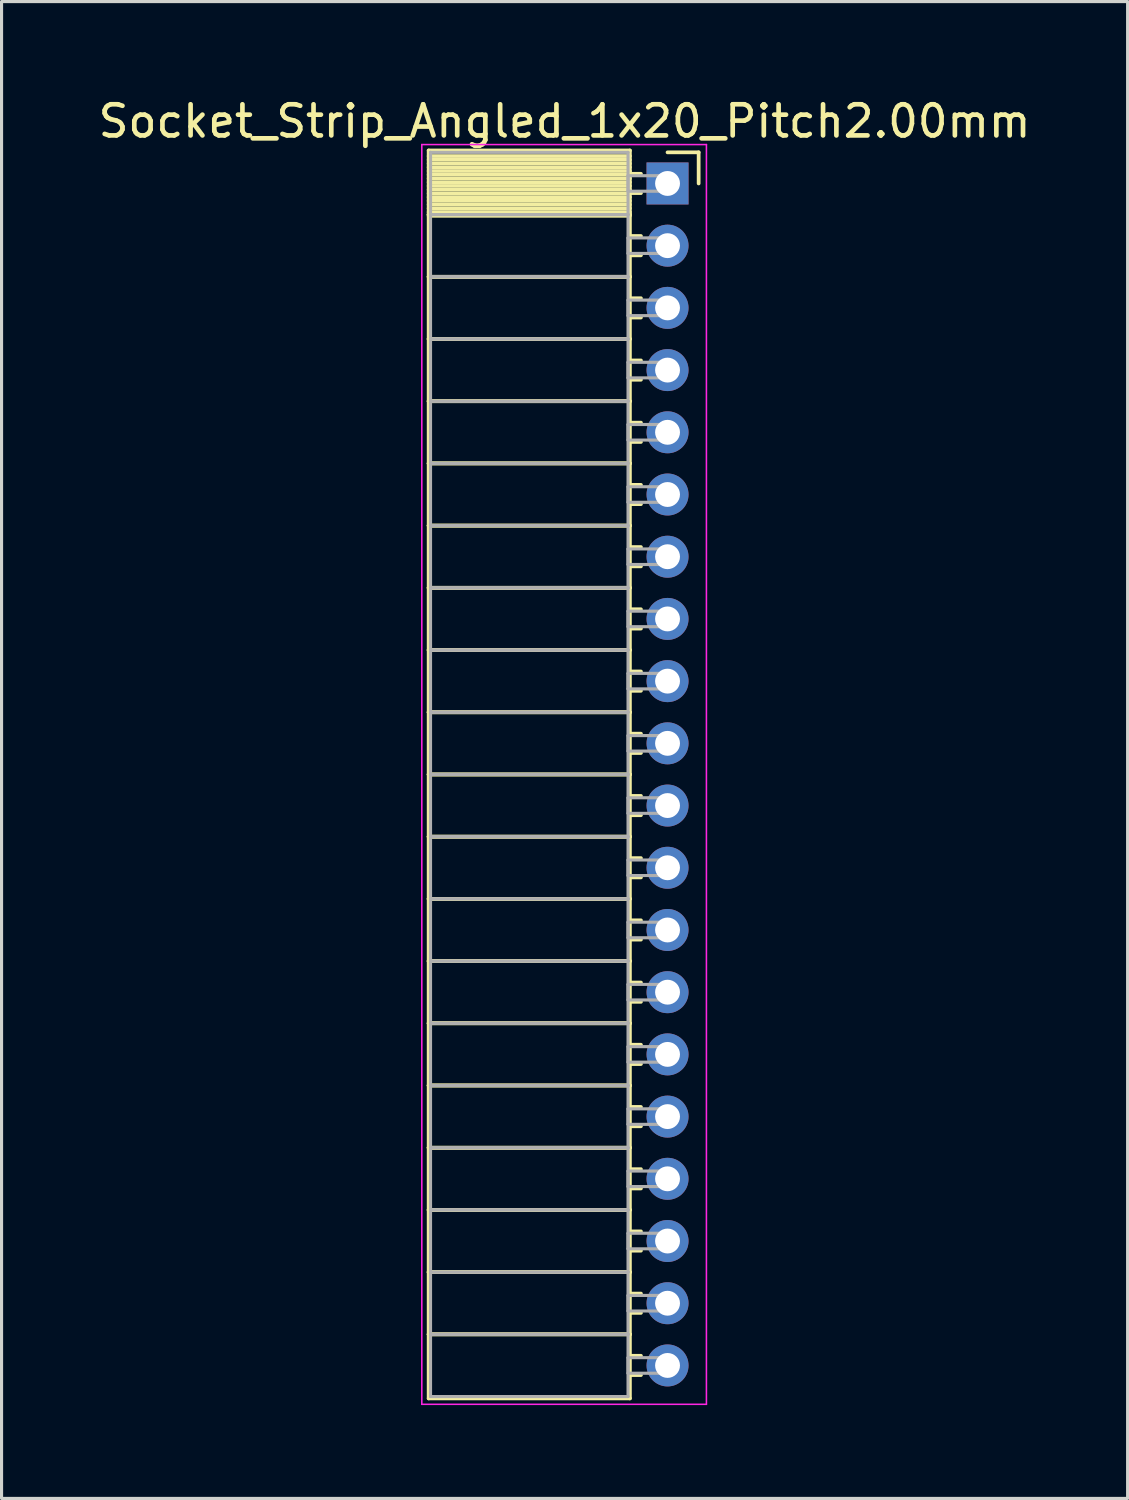
<source format=kicad_pcb>
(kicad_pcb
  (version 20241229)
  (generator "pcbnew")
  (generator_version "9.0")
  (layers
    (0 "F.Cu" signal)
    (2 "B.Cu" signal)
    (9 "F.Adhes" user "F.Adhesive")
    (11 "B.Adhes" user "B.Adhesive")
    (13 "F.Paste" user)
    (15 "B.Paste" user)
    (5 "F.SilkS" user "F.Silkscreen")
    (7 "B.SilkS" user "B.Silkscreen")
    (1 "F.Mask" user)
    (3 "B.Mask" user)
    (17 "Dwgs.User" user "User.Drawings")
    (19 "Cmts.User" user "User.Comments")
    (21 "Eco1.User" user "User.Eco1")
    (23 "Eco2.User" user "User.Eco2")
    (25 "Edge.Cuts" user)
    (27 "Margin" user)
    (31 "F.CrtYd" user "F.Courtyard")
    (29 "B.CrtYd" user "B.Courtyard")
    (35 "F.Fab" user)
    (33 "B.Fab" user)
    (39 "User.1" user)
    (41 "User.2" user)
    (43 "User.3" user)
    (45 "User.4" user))
  (footprint "Socket_Strip_Angled_1x20_Pitch2.00mm"
    (layer "F.Cu")
    (at 18.411 2.848)
    (property "Reference" "Socket_Strip_Angled_1x20_Pitch2.00mm" (at -3.31 -2 0) (layer "F.SilkS") (effects (font (size 1 1) (thickness 0.15))))
    (attr through_hole)
    (fp_line (start -7.68 -1.06) (end -1.21 -1.06) (stroke (width 0.12) (type solid)) (layer "F.SilkS"))
    (fp_line (start -7.68 1) (end -7.68 -1.06) (stroke (width 0.12) (type solid)) (layer "F.SilkS"))
    (fp_line (start -7.68 1) (end -1.21 1) (stroke (width 0.12) (type solid)) (layer "F.SilkS"))
    (fp_line (start -7.68 3) (end -7.68 1) (stroke (width 0.12) (type solid)) (layer "F.SilkS"))
    (fp_line (start -7.68 3) (end -1.21 3) (stroke (width 0.12) (type solid)) (layer "F.SilkS"))
    (fp_line (start -7.68 5) (end -7.68 3) (stroke (width 0.12) (type solid)) (layer "F.SilkS"))
    (fp_line (start -7.68 5) (end -1.21 5) (stroke (width 0.12) (type solid)) (layer "F.SilkS"))
    (fp_line (start -7.68 7) (end -7.68 5) (stroke (width 0.12) (type solid)) (layer "F.SilkS"))
    (fp_line (start -7.68 7) (end -1.21 7) (stroke (width 0.12) (type solid)) (layer "F.SilkS"))
    (fp_line (start -7.68 9) (end -7.68 7) (stroke (width 0.12) (type solid)) (layer "F.SilkS"))
    (fp_line (start -7.68 9) (end -1.21 9) (stroke (width 0.12) (type solid)) (layer "F.SilkS"))
    (fp_line (start -7.68 11) (end -7.68 9) (stroke (width 0.12) (type solid)) (layer "F.SilkS"))
    (fp_line (start -7.68 11) (end -1.21 11) (stroke (width 0.12) (type solid)) (layer "F.SilkS"))
    (fp_line (start -7.68 13) (end -7.68 11) (stroke (width 0.12) (type solid)) (layer "F.SilkS"))
    (fp_line (start -7.68 13) (end -1.21 13) (stroke (width 0.12) (type solid)) (layer "F.SilkS"))
    (fp_line (start -7.68 15) (end -7.68 13) (stroke (width 0.12) (type solid)) (layer "F.SilkS"))
    (fp_line (start -7.68 15) (end -1.21 15) (stroke (width 0.12) (type solid)) (layer "F.SilkS"))
    (fp_line (start -7.68 17) (end -7.68 15) (stroke (width 0.12) (type solid)) (layer "F.SilkS"))
    (fp_line (start -7.68 17) (end -1.21 17) (stroke (width 0.12) (type solid)) (layer "F.SilkS"))
    (fp_line (start -7.68 19) (end -7.68 17) (stroke (width 0.12) (type solid)) (layer "F.SilkS"))
    (fp_line (start -7.68 19) (end -1.21 19) (stroke (width 0.12) (type solid)) (layer "F.SilkS"))
    (fp_line (start -7.68 21) (end -7.68 19) (stroke (width 0.12) (type solid)) (layer "F.SilkS"))
    (fp_line (start -7.68 21) (end -1.21 21) (stroke (width 0.12) (type solid)) (layer "F.SilkS"))
    (fp_line (start -7.68 23) (end -7.68 21) (stroke (width 0.12) (type solid)) (layer "F.SilkS"))
    (fp_line (start -7.68 23) (end -1.21 23) (stroke (width 0.12) (type solid)) (layer "F.SilkS"))
    (fp_line (start -7.68 25) (end -7.68 23) (stroke (width 0.12) (type solid)) (layer "F.SilkS"))
    (fp_line (start -7.68 25) (end -1.21 25) (stroke (width 0.12) (type solid)) (layer "F.SilkS"))
    (fp_line (start -7.68 27) (end -7.68 25) (stroke (width 0.12) (type solid)) (layer "F.SilkS"))
    (fp_line (start -7.68 27) (end -1.21 27) (stroke (width 0.12) (type solid)) (layer "F.SilkS"))
    (fp_line (start -7.68 29) (end -7.68 27) (stroke (width 0.12) (type solid)) (layer "F.SilkS"))
    (fp_line (start -7.68 29) (end -1.21 29) (stroke (width 0.12) (type solid)) (layer "F.SilkS"))
    (fp_line (start -7.68 31) (end -7.68 29) (stroke (width 0.12) (type solid)) (layer "F.SilkS"))
    (fp_line (start -7.68 31) (end -1.21 31) (stroke (width 0.12) (type solid)) (layer "F.SilkS"))
    (fp_line (start -7.68 33) (end -7.68 31) (stroke (width 0.12) (type solid)) (layer "F.SilkS"))
    (fp_line (start -7.68 33) (end -1.21 33) (stroke (width 0.12) (type solid)) (layer "F.SilkS"))
    (fp_line (start -7.68 35) (end -7.68 33) (stroke (width 0.12) (type solid)) (layer "F.SilkS"))
    (fp_line (start -7.68 35) (end -1.21 35) (stroke (width 0.12) (type solid)) (layer "F.SilkS"))
    (fp_line (start -7.68 37) (end -7.68 35) (stroke (width 0.12) (type solid)) (layer "F.SilkS"))
    (fp_line (start -7.68 37) (end -1.21 37) (stroke (width 0.12) (type solid)) (layer "F.SilkS"))
    (fp_line (start -7.68 39.06) (end -7.68 37) (stroke (width 0.12) (type solid)) (layer "F.SilkS"))
    (fp_line (start -1.21 -1.06) (end -1.21 1) (stroke (width 0.12) (type solid)) (layer "F.SilkS"))
    (fp_line (start -1.21 -0.88) (end -7.68 -0.88) (stroke (width 0.12) (type solid)) (layer "F.SilkS"))
    (fp_line (start -1.21 -0.76) (end -7.68 -0.76) (stroke (width 0.12) (type solid)) (layer "F.SilkS"))
    (fp_line (start -1.21 -0.64) (end -7.68 -0.64) (stroke (width 0.12) (type solid)) (layer "F.SilkS"))
    (fp_line (start -1.21 -0.52) (end -7.68 -0.52) (stroke (width 0.12) (type solid)) (layer "F.SilkS"))
    (fp_line (start -1.21 -0.4) (end -7.68 -0.4) (stroke (width 0.12) (type solid)) (layer "F.SilkS"))
    (fp_line (start -1.21 -0.28) (end -7.68 -0.28) (stroke (width 0.12) (type solid)) (layer "F.SilkS"))
    (fp_line (start -1.21 -0.16) (end -7.68 -0.16) (stroke (width 0.12) (type solid)) (layer "F.SilkS"))
    (fp_line (start -1.21 -0.04) (end -7.68 -0.04) (stroke (width 0.12) (type solid)) (layer "F.SilkS"))
    (fp_line (start -1.21 0.08) (end -7.68 0.08) (stroke (width 0.12) (type solid)) (layer "F.SilkS"))
    (fp_line (start -1.21 0.2) (end -7.68 0.2) (stroke (width 0.12) (type solid)) (layer "F.SilkS"))
    (fp_line (start -1.21 0.32) (end -7.68 0.32) (stroke (width 0.12) (type solid)) (layer "F.SilkS"))
    (fp_line (start -1.21 0.44) (end -7.68 0.44) (stroke (width 0.12) (type solid)) (layer "F.SilkS"))
    (fp_line (start -1.21 0.56) (end -7.68 0.56) (stroke (width 0.12) (type solid)) (layer "F.SilkS"))
    (fp_line (start -1.21 0.68) (end -7.68 0.68) (stroke (width 0.12) (type solid)) (layer "F.SilkS"))
    (fp_line (start -1.21 0.8) (end -7.68 0.8) (stroke (width 0.12) (type solid)) (layer "F.SilkS"))
    (fp_line (start -1.21 0.92) (end -7.68 0.92) (stroke (width 0.12) (type solid)) (layer "F.SilkS"))
    (fp_line (start -1.21 1) (end -7.68 1) (stroke (width 0.12) (type solid)) (layer "F.SilkS"))
    (fp_line (start -1.21 1) (end -1.21 3) (stroke (width 0.12) (type solid)) (layer "F.SilkS"))
    (fp_line (start -1.21 1.04) (end -7.68 1.04) (stroke (width 0.12) (type solid)) (layer "F.SilkS"))
    (fp_line (start -1.21 3) (end -7.68 3) (stroke (width 0.12) (type solid)) (layer "F.SilkS"))
    (fp_line (start -1.21 3) (end -1.21 5) (stroke (width 0.12) (type solid)) (layer "F.SilkS"))
    (fp_line (start -1.21 5) (end -7.68 5) (stroke (width 0.12) (type solid)) (layer "F.SilkS"))
    (fp_line (start -1.21 5) (end -1.21 7) (stroke (width 0.12) (type solid)) (layer "F.SilkS"))
    (fp_line (start -1.21 7) (end -7.68 7) (stroke (width 0.12) (type solid)) (layer "F.SilkS"))
    (fp_line (start -1.21 7) (end -1.21 9) (stroke (width 0.12) (type solid)) (layer "F.SilkS"))
    (fp_line (start -1.21 9) (end -7.68 9) (stroke (width 0.12) (type solid)) (layer "F.SilkS"))
    (fp_line (start -1.21 9) (end -1.21 11) (stroke (width 0.12) (type solid)) (layer "F.SilkS"))
    (fp_line (start -1.21 11) (end -7.68 11) (stroke (width 0.12) (type solid)) (layer "F.SilkS"))
    (fp_line (start -1.21 11) (end -1.21 13) (stroke (width 0.12) (type solid)) (layer "F.SilkS"))
    (fp_line (start -1.21 13) (end -7.68 13) (stroke (width 0.12) (type solid)) (layer "F.SilkS"))
    (fp_line (start -1.21 13) (end -1.21 15) (stroke (width 0.12) (type solid)) (layer "F.SilkS"))
    (fp_line (start -1.21 15) (end -7.68 15) (stroke (width 0.12) (type solid)) (layer "F.SilkS"))
    (fp_line (start -1.21 15) (end -1.21 17) (stroke (width 0.12) (type solid)) (layer "F.SilkS"))
    (fp_line (start -1.21 17) (end -7.68 17) (stroke (width 0.12) (type solid)) (layer "F.SilkS"))
    (fp_line (start -1.21 17) (end -1.21 19) (stroke (width 0.12) (type solid)) (layer "F.SilkS"))
    (fp_line (start -1.21 19) (end -7.68 19) (stroke (width 0.12) (type solid)) (layer "F.SilkS"))
    (fp_line (start -1.21 19) (end -1.21 21) (stroke (width 0.12) (type solid)) (layer "F.SilkS"))
    (fp_line (start -1.21 21) (end -7.68 21) (stroke (width 0.12) (type solid)) (layer "F.SilkS"))
    (fp_line (start -1.21 21) (end -1.21 23) (stroke (width 0.12) (type solid)) (layer "F.SilkS"))
    (fp_line (start -1.21 23) (end -7.68 23) (stroke (width 0.12) (type solid)) (layer "F.SilkS"))
    (fp_line (start -1.21 23) (end -1.21 25) (stroke (width 0.12) (type solid)) (layer "F.SilkS"))
    (fp_line (start -1.21 25) (end -7.68 25) (stroke (width 0.12) (type solid)) (layer "F.SilkS"))
    (fp_line (start -1.21 25) (end -1.21 27) (stroke (width 0.12) (type solid)) (layer "F.SilkS"))
    (fp_line (start -1.21 27) (end -7.68 27) (stroke (width 0.12) (type solid)) (layer "F.SilkS"))
    (fp_line (start -1.21 27) (end -1.21 29) (stroke (width 0.12) (type solid)) (layer "F.SilkS"))
    (fp_line (start -1.21 29) (end -7.68 29) (stroke (width 0.12) (type solid)) (layer "F.SilkS"))
    (fp_line (start -1.21 29) (end -1.21 31) (stroke (width 0.12) (type solid)) (layer "F.SilkS"))
    (fp_line (start -1.21 31) (end -7.68 31) (stroke (width 0.12) (type solid)) (layer "F.SilkS"))
    (fp_line (start -1.21 31) (end -1.21 33) (stroke (width 0.12) (type solid)) (layer "F.SilkS"))
    (fp_line (start -1.21 33) (end -7.68 33) (stroke (width 0.12) (type solid)) (layer "F.SilkS"))
    (fp_line (start -1.21 33) (end -1.21 35) (stroke (width 0.12) (type solid)) (layer "F.SilkS"))
    (fp_line (start -1.21 35) (end -7.68 35) (stroke (width 0.12) (type solid)) (layer "F.SilkS"))
    (fp_line (start -1.21 35) (end -1.21 37) (stroke (width 0.12) (type solid)) (layer "F.SilkS"))
    (fp_line (start -1.21 37) (end -7.68 37) (stroke (width 0.12) (type solid)) (layer "F.SilkS"))
    (fp_line (start -1.21 37) (end -1.21 39.06) (stroke (width 0.12) (type solid)) (layer "F.SilkS"))
    (fp_line (start -1.21 39.06) (end -7.68 39.06) (stroke (width 0.12) (type solid)) (layer "F.SilkS"))
    (fp_line (start -0.855 -0.31) (end -1.21 -0.31) (stroke (width 0.12) (type solid)) (layer "F.SilkS"))
    (fp_line (start -0.855 0.31) (end -1.21 0.31) (stroke (width 0.12) (type solid)) (layer "F.SilkS"))
    (fp_line (start -0.855 1.69) (end -1.21 1.69) (stroke (width 0.12) (type solid)) (layer "F.SilkS"))
    (fp_line (start -0.855 2.31) (end -1.21 2.31) (stroke (width 0.12) (type solid)) (layer "F.SilkS"))
    (fp_line (start -0.855 3.69) (end -1.21 3.69) (stroke (width 0.12) (type solid)) (layer "F.SilkS"))
    (fp_line (start -0.855 4.31) (end -1.21 4.31) (stroke (width 0.12) (type solid)) (layer "F.SilkS"))
    (fp_line (start -0.855 5.69) (end -1.21 5.69) (stroke (width 0.12) (type solid)) (layer "F.SilkS"))
    (fp_line (start -0.855 6.31) (end -1.21 6.31) (stroke (width 0.12) (type solid)) (layer "F.SilkS"))
    (fp_line (start -0.855 7.69) (end -1.21 7.69) (stroke (width 0.12) (type solid)) (layer "F.SilkS"))
    (fp_line (start -0.855 8.31) (end -1.21 8.31) (stroke (width 0.12) (type solid)) (layer "F.SilkS"))
    (fp_line (start -0.855 9.69) (end -1.21 9.69) (stroke (width 0.12) (type solid)) (layer "F.SilkS"))
    (fp_line (start -0.855 10.31) (end -1.21 10.31) (stroke (width 0.12) (type solid)) (layer "F.SilkS"))
    (fp_line (start -0.855 11.69) (end -1.21 11.69) (stroke (width 0.12) (type solid)) (layer "F.SilkS"))
    (fp_line (start -0.855 12.31) (end -1.21 12.31) (stroke (width 0.12) (type solid)) (layer "F.SilkS"))
    (fp_line (start -0.855 13.69) (end -1.21 13.69) (stroke (width 0.12) (type solid)) (layer "F.SilkS"))
    (fp_line (start -0.855 14.31) (end -1.21 14.31) (stroke (width 0.12) (type solid)) (layer "F.SilkS"))
    (fp_line (start -0.855 15.69) (end -1.21 15.69) (stroke (width 0.12) (type solid)) (layer "F.SilkS"))
    (fp_line (start -0.855 16.31) (end -1.21 16.31) (stroke (width 0.12) (type solid)) (layer "F.SilkS"))
    (fp_line (start -0.855 17.69) (end -1.21 17.69) (stroke (width 0.12) (type solid)) (layer "F.SilkS"))
    (fp_line (start -0.855 18.31) (end -1.21 18.31) (stroke (width 0.12) (type solid)) (layer "F.SilkS"))
    (fp_line (start -0.855 19.69) (end -1.21 19.69) (stroke (width 0.12) (type solid)) (layer "F.SilkS"))
    (fp_line (start -0.855 20.31) (end -1.21 20.31) (stroke (width 0.12) (type solid)) (layer "F.SilkS"))
    (fp_line (start -0.855 21.69) (end -1.21 21.69) (stroke (width 0.12) (type solid)) (layer "F.SilkS"))
    (fp_line (start -0.855 22.31) (end -1.21 22.31) (stroke (width 0.12) (type solid)) (layer "F.SilkS"))
    (fp_line (start -0.855 23.69) (end -1.21 23.69) (stroke (width 0.12) (type solid)) (layer "F.SilkS"))
    (fp_line (start -0.855 24.31) (end -1.21 24.31) (stroke (width 0.12) (type solid)) (layer "F.SilkS"))
    (fp_line (start -0.855 25.69) (end -1.21 25.69) (stroke (width 0.12) (type solid)) (layer "F.SilkS"))
    (fp_line (start -0.855 26.31) (end -1.21 26.31) (stroke (width 0.12) (type solid)) (layer "F.SilkS"))
    (fp_line (start -0.855 27.69) (end -1.21 27.69) (stroke (width 0.12) (type solid)) (layer "F.SilkS"))
    (fp_line (start -0.855 28.31) (end -1.21 28.31) (stroke (width 0.12) (type solid)) (layer "F.SilkS"))
    (fp_line (start -0.855 29.69) (end -1.21 29.69) (stroke (width 0.12) (type solid)) (layer "F.SilkS"))
    (fp_line (start -0.855 30.31) (end -1.21 30.31) (stroke (width 0.12) (type solid)) (layer "F.SilkS"))
    (fp_line (start -0.855 31.69) (end -1.21 31.69) (stroke (width 0.12) (type solid)) (layer "F.SilkS"))
    (fp_line (start -0.855 32.31) (end -1.21 32.31) (stroke (width 0.12) (type solid)) (layer "F.SilkS"))
    (fp_line (start -0.855 33.69) (end -1.21 33.69) (stroke (width 0.12) (type solid)) (layer "F.SilkS"))
    (fp_line (start -0.855 34.31) (end -1.21 34.31) (stroke (width 0.12) (type solid)) (layer "F.SilkS"))
    (fp_line (start -0.855 35.69) (end -1.21 35.69) (stroke (width 0.12) (type solid)) (layer "F.SilkS"))
    (fp_line (start -0.855 36.31) (end -1.21 36.31) (stroke (width 0.12) (type solid)) (layer "F.SilkS"))
    (fp_line (start -0.855 37.69) (end -1.21 37.69) (stroke (width 0.12) (type solid)) (layer "F.SilkS"))
    (fp_line (start -0.855 38.31) (end -1.21 38.31) (stroke (width 0.12) (type solid)) (layer "F.SilkS"))
    (fp_line (start 0 -1) (end 1 -1) (stroke (width 0.12) (type solid)) (layer "F.SilkS"))
    (fp_line (start 1 -1) (end 1 0) (stroke (width 0.12) (type solid)) (layer "F.SilkS"))
    (fp_line (start -7.9 -1.25) (end 1.25 -1.25) (stroke (width 0.05) (type solid)) (layer "F.CrtYd"))
    (fp_line (start -7.9 39.25) (end -7.9 -1.25) (stroke (width 0.05) (type solid)) (layer "F.CrtYd"))
    (fp_line (start 1.25 -1.25) (end 1.25 39.25) (stroke (width 0.05) (type solid)) (layer "F.CrtYd"))
    (fp_line (start 1.25 39.25) (end -7.9 39.25) (stroke (width 0.05) (type solid)) (layer "F.CrtYd"))
    (fp_line (start -7.62 -1) (end -1.27 -1) (stroke (width 0.1) (type solid)) (layer "F.Fab"))
    (fp_line (start -7.62 1) (end -7.62 -1) (stroke (width 0.1) (type solid)) (layer "F.Fab"))
    (fp_line (start -7.62 1) (end -1.27 1) (stroke (width 0.1) (type solid)) (layer "F.Fab"))
    (fp_line (start -7.62 3) (end -7.62 1) (stroke (width 0.1) (type solid)) (layer "F.Fab"))
    (fp_line (start -7.62 3) (end -1.27 3) (stroke (width 0.1) (type solid)) (layer "F.Fab"))
    (fp_line (start -7.62 5) (end -7.62 3) (stroke (width 0.1) (type solid)) (layer "F.Fab"))
    (fp_line (start -7.62 5) (end -1.27 5) (stroke (width 0.1) (type solid)) (layer "F.Fab"))
    (fp_line (start -7.62 7) (end -7.62 5) (stroke (width 0.1) (type solid)) (layer "F.Fab"))
    (fp_line (start -7.62 7) (end -1.27 7) (stroke (width 0.1) (type solid)) (layer "F.Fab"))
    (fp_line (start -7.62 9) (end -7.62 7) (stroke (width 0.1) (type solid)) (layer "F.Fab"))
    (fp_line (start -7.62 9) (end -1.27 9) (stroke (width 0.1) (type solid)) (layer "F.Fab"))
    (fp_line (start -7.62 11) (end -7.62 9) (stroke (width 0.1) (type solid)) (layer "F.Fab"))
    (fp_line (start -7.62 11) (end -1.27 11) (stroke (width 0.1) (type solid)) (layer "F.Fab"))
    (fp_line (start -7.62 13) (end -7.62 11) (stroke (width 0.1) (type solid)) (layer "F.Fab"))
    (fp_line (start -7.62 13) (end -1.27 13) (stroke (width 0.1) (type solid)) (layer "F.Fab"))
    (fp_line (start -7.62 15) (end -7.62 13) (stroke (width 0.1) (type solid)) (layer "F.Fab"))
    (fp_line (start -7.62 15) (end -1.27 15) (stroke (width 0.1) (type solid)) (layer "F.Fab"))
    (fp_line (start -7.62 17) (end -7.62 15) (stroke (width 0.1) (type solid)) (layer "F.Fab"))
    (fp_line (start -7.62 17) (end -1.27 17) (stroke (width 0.1) (type solid)) (layer "F.Fab"))
    (fp_line (start -7.62 19) (end -7.62 17) (stroke (width 0.1) (type solid)) (layer "F.Fab"))
    (fp_line (start -7.62 19) (end -1.27 19) (stroke (width 0.1) (type solid)) (layer "F.Fab"))
    (fp_line (start -7.62 21) (end -7.62 19) (stroke (width 0.1) (type solid)) (layer "F.Fab"))
    (fp_line (start -7.62 21) (end -1.27 21) (stroke (width 0.1) (type solid)) (layer "F.Fab"))
    (fp_line (start -7.62 23) (end -7.62 21) (stroke (width 0.1) (type solid)) (layer "F.Fab"))
    (fp_line (start -7.62 23) (end -1.27 23) (stroke (width 0.1) (type solid)) (layer "F.Fab"))
    (fp_line (start -7.62 25) (end -7.62 23) (stroke (width 0.1) (type solid)) (layer "F.Fab"))
    (fp_line (start -7.62 25) (end -1.27 25) (stroke (width 0.1) (type solid)) (layer "F.Fab"))
    (fp_line (start -7.62 27) (end -7.62 25) (stroke (width 0.1) (type solid)) (layer "F.Fab"))
    (fp_line (start -7.62 27) (end -1.27 27) (stroke (width 0.1) (type solid)) (layer "F.Fab"))
    (fp_line (start -7.62 29) (end -7.62 27) (stroke (width 0.1) (type solid)) (layer "F.Fab"))
    (fp_line (start -7.62 29) (end -1.27 29) (stroke (width 0.1) (type solid)) (layer "F.Fab"))
    (fp_line (start -7.62 31) (end -7.62 29) (stroke (width 0.1) (type solid)) (layer "F.Fab"))
    (fp_line (start -7.62 31) (end -1.27 31) (stroke (width 0.1) (type solid)) (layer "F.Fab"))
    (fp_line (start -7.62 33) (end -7.62 31) (stroke (width 0.1) (type solid)) (layer "F.Fab"))
    (fp_line (start -7.62 33) (end -1.27 33) (stroke (width 0.1) (type solid)) (layer "F.Fab"))
    (fp_line (start -7.62 35) (end -7.62 33) (stroke (width 0.1) (type solid)) (layer "F.Fab"))
    (fp_line (start -7.62 35) (end -1.27 35) (stroke (width 0.1) (type solid)) (layer "F.Fab"))
    (fp_line (start -7.62 37) (end -7.62 35) (stroke (width 0.1) (type solid)) (layer "F.Fab"))
    (fp_line (start -7.62 37) (end -1.27 37) (stroke (width 0.1) (type solid)) (layer "F.Fab"))
    (fp_line (start -7.62 39) (end -7.62 37) (stroke (width 0.1) (type solid)) (layer "F.Fab"))
    (fp_line (start -1.27 -1) (end -1.27 1) (stroke (width 0.1) (type solid)) (layer "F.Fab"))
    (fp_line (start -1.27 -0.25) (end 0 -0.25) (stroke (width 0.1) (type solid)) (layer "F.Fab"))
    (fp_line (start -1.27 0.25) (end -1.27 -0.25) (stroke (width 0.1) (type solid)) (layer "F.Fab"))
    (fp_line (start -1.27 1) (end -7.62 1) (stroke (width 0.1) (type solid)) (layer "F.Fab"))
    (fp_line (start -1.27 1) (end -1.27 3) (stroke (width 0.1) (type solid)) (layer "F.Fab"))
    (fp_line (start -1.27 1.75) (end 0 1.75) (stroke (width 0.1) (type solid)) (layer "F.Fab"))
    (fp_line (start -1.27 2.25) (end -1.27 1.75) (stroke (width 0.1) (type solid)) (layer "F.Fab"))
    (fp_line (start -1.27 3) (end -7.62 3) (stroke (width 0.1) (type solid)) (layer "F.Fab"))
    (fp_line (start -1.27 3) (end -1.27 5) (stroke (width 0.1) (type solid)) (layer "F.Fab"))
    (fp_line (start -1.27 3.75) (end 0 3.75) (stroke (width 0.1) (type solid)) (layer "F.Fab"))
    (fp_line (start -1.27 4.25) (end -1.27 3.75) (stroke (width 0.1) (type solid)) (layer "F.Fab"))
    (fp_line (start -1.27 5) (end -7.62 5) (stroke (width 0.1) (type solid)) (layer "F.Fab"))
    (fp_line (start -1.27 5) (end -1.27 7) (stroke (width 0.1) (type solid)) (layer "F.Fab"))
    (fp_line (start -1.27 5.75) (end 0 5.75) (stroke (width 0.1) (type solid)) (layer "F.Fab"))
    (fp_line (start -1.27 6.25) (end -1.27 5.75) (stroke (width 0.1) (type solid)) (layer "F.Fab"))
    (fp_line (start -1.27 7) (end -7.62 7) (stroke (width 0.1) (type solid)) (layer "F.Fab"))
    (fp_line (start -1.27 7) (end -1.27 9) (stroke (width 0.1) (type solid)) (layer "F.Fab"))
    (fp_line (start -1.27 7.75) (end 0 7.75) (stroke (width 0.1) (type solid)) (layer "F.Fab"))
    (fp_line (start -1.27 8.25) (end -1.27 7.75) (stroke (width 0.1) (type solid)) (layer "F.Fab"))
    (fp_line (start -1.27 9) (end -7.62 9) (stroke (width 0.1) (type solid)) (layer "F.Fab"))
    (fp_line (start -1.27 9) (end -1.27 11) (stroke (width 0.1) (type solid)) (layer "F.Fab"))
    (fp_line (start -1.27 9.75) (end 0 9.75) (stroke (width 0.1) (type solid)) (layer "F.Fab"))
    (fp_line (start -1.27 10.25) (end -1.27 9.75) (stroke (width 0.1) (type solid)) (layer "F.Fab"))
    (fp_line (start -1.27 11) (end -7.62 11) (stroke (width 0.1) (type solid)) (layer "F.Fab"))
    (fp_line (start -1.27 11) (end -1.27 13) (stroke (width 0.1) (type solid)) (layer "F.Fab"))
    (fp_line (start -1.27 11.75) (end 0 11.75) (stroke (width 0.1) (type solid)) (layer "F.Fab"))
    (fp_line (start -1.27 12.25) (end -1.27 11.75) (stroke (width 0.1) (type solid)) (layer "F.Fab"))
    (fp_line (start -1.27 13) (end -7.62 13) (stroke (width 0.1) (type solid)) (layer "F.Fab"))
    (fp_line (start -1.27 13) (end -1.27 15) (stroke (width 0.1) (type solid)) (layer "F.Fab"))
    (fp_line (start -1.27 13.75) (end 0 13.75) (stroke (width 0.1) (type solid)) (layer "F.Fab"))
    (fp_line (start -1.27 14.25) (end -1.27 13.75) (stroke (width 0.1) (type solid)) (layer "F.Fab"))
    (fp_line (start -1.27 15) (end -7.62 15) (stroke (width 0.1) (type solid)) (layer "F.Fab"))
    (fp_line (start -1.27 15) (end -1.27 17) (stroke (width 0.1) (type solid)) (layer "F.Fab"))
    (fp_line (start -1.27 15.75) (end 0 15.75) (stroke (width 0.1) (type solid)) (layer "F.Fab"))
    (fp_line (start -1.27 16.25) (end -1.27 15.75) (stroke (width 0.1) (type solid)) (layer "F.Fab"))
    (fp_line (start -1.27 17) (end -7.62 17) (stroke (width 0.1) (type solid)) (layer "F.Fab"))
    (fp_line (start -1.27 17) (end -1.27 19) (stroke (width 0.1) (type solid)) (layer "F.Fab"))
    (fp_line (start -1.27 17.75) (end 0 17.75) (stroke (width 0.1) (type solid)) (layer "F.Fab"))
    (fp_line (start -1.27 18.25) (end -1.27 17.75) (stroke (width 0.1) (type solid)) (layer "F.Fab"))
    (fp_line (start -1.27 19) (end -7.62 19) (stroke (width 0.1) (type solid)) (layer "F.Fab"))
    (fp_line (start -1.27 19) (end -1.27 21) (stroke (width 0.1) (type solid)) (layer "F.Fab"))
    (fp_line (start -1.27 19.75) (end 0 19.75) (stroke (width 0.1) (type solid)) (layer "F.Fab"))
    (fp_line (start -1.27 20.25) (end -1.27 19.75) (stroke (width 0.1) (type solid)) (layer "F.Fab"))
    (fp_line (start -1.27 21) (end -7.62 21) (stroke (width 0.1) (type solid)) (layer "F.Fab"))
    (fp_line (start -1.27 21) (end -1.27 23) (stroke (width 0.1) (type solid)) (layer "F.Fab"))
    (fp_line (start -1.27 21.75) (end 0 21.75) (stroke (width 0.1) (type solid)) (layer "F.Fab"))
    (fp_line (start -1.27 22.25) (end -1.27 21.75) (stroke (width 0.1) (type solid)) (layer "F.Fab"))
    (fp_line (start -1.27 23) (end -7.62 23) (stroke (width 0.1) (type solid)) (layer "F.Fab"))
    (fp_line (start -1.27 23) (end -1.27 25) (stroke (width 0.1) (type solid)) (layer "F.Fab"))
    (fp_line (start -1.27 23.75) (end 0 23.75) (stroke (width 0.1) (type solid)) (layer "F.Fab"))
    (fp_line (start -1.27 24.25) (end -1.27 23.75) (stroke (width 0.1) (type solid)) (layer "F.Fab"))
    (fp_line (start -1.27 25) (end -7.62 25) (stroke (width 0.1) (type solid)) (layer "F.Fab"))
    (fp_line (start -1.27 25) (end -1.27 27) (stroke (width 0.1) (type solid)) (layer "F.Fab"))
    (fp_line (start -1.27 25.75) (end 0 25.75) (stroke (width 0.1) (type solid)) (layer "F.Fab"))
    (fp_line (start -1.27 26.25) (end -1.27 25.75) (stroke (width 0.1) (type solid)) (layer "F.Fab"))
    (fp_line (start -1.27 27) (end -7.62 27) (stroke (width 0.1) (type solid)) (layer "F.Fab"))
    (fp_line (start -1.27 27) (end -1.27 29) (stroke (width 0.1) (type solid)) (layer "F.Fab"))
    (fp_line (start -1.27 27.75) (end 0 27.75) (stroke (width 0.1) (type solid)) (layer "F.Fab"))
    (fp_line (start -1.27 28.25) (end -1.27 27.75) (stroke (width 0.1) (type solid)) (layer "F.Fab"))
    (fp_line (start -1.27 29) (end -7.62 29) (stroke (width 0.1) (type solid)) (layer "F.Fab"))
    (fp_line (start -1.27 29) (end -1.27 31) (stroke (width 0.1) (type solid)) (layer "F.Fab"))
    (fp_line (start -1.27 29.75) (end 0 29.75) (stroke (width 0.1) (type solid)) (layer "F.Fab"))
    (fp_line (start -1.27 30.25) (end -1.27 29.75) (stroke (width 0.1) (type solid)) (layer "F.Fab"))
    (fp_line (start -1.27 31) (end -7.62 31) (stroke (width 0.1) (type solid)) (layer "F.Fab"))
    (fp_line (start -1.27 31) (end -1.27 33) (stroke (width 0.1) (type solid)) (layer "F.Fab"))
    (fp_line (start -1.27 31.75) (end 0 31.75) (stroke (width 0.1) (type solid)) (layer "F.Fab"))
    (fp_line (start -1.27 32.25) (end -1.27 31.75) (stroke (width 0.1) (type solid)) (layer "F.Fab"))
    (fp_line (start -1.27 33) (end -7.62 33) (stroke (width 0.1) (type solid)) (layer "F.Fab"))
    (fp_line (start -1.27 33) (end -1.27 35) (stroke (width 0.1) (type solid)) (layer "F.Fab"))
    (fp_line (start -1.27 33.75) (end 0 33.75) (stroke (width 0.1) (type solid)) (layer "F.Fab"))
    (fp_line (start -1.27 34.25) (end -1.27 33.75) (stroke (width 0.1) (type solid)) (layer "F.Fab"))
    (fp_line (start -1.27 35) (end -7.62 35) (stroke (width 0.1) (type solid)) (layer "F.Fab"))
    (fp_line (start -1.27 35) (end -1.27 37) (stroke (width 0.1) (type solid)) (layer "F.Fab"))
    (fp_line (start -1.27 35.75) (end 0 35.75) (stroke (width 0.1) (type solid)) (layer "F.Fab"))
    (fp_line (start -1.27 36.25) (end -1.27 35.75) (stroke (width 0.1) (type solid)) (layer "F.Fab"))
    (fp_line (start -1.27 37) (end -7.62 37) (stroke (width 0.1) (type solid)) (layer "F.Fab"))
    (fp_line (start -1.27 37) (end -1.27 39) (stroke (width 0.1) (type solid)) (layer "F.Fab"))
    (fp_line (start -1.27 37.75) (end 0 37.75) (stroke (width 0.1) (type solid)) (layer "F.Fab"))
    (fp_line (start -1.27 38.25) (end -1.27 37.75) (stroke (width 0.1) (type solid)) (layer "F.Fab"))
    (fp_line (start -1.27 39) (end -7.62 39) (stroke (width 0.1) (type solid)) (layer "F.Fab"))
    (fp_line (start 0 -0.25) (end 0 0.25) (stroke (width 0.1) (type solid)) (layer "F.Fab"))
    (fp_line (start 0 0.25) (end -1.27 0.25) (stroke (width 0.1) (type solid)) (layer "F.Fab"))
    (fp_line (start 0 1.75) (end 0 2.25) (stroke (width 0.1) (type solid)) (layer "F.Fab"))
    (fp_line (start 0 2.25) (end -1.27 2.25) (stroke (width 0.1) (type solid)) (layer "F.Fab"))
    (fp_line (start 0 3.75) (end 0 4.25) (stroke (width 0.1) (type solid)) (layer "F.Fab"))
    (fp_line (start 0 4.25) (end -1.27 4.25) (stroke (width 0.1) (type solid)) (layer "F.Fab"))
    (fp_line (start 0 5.75) (end 0 6.25) (stroke (width 0.1) (type solid)) (layer "F.Fab"))
    (fp_line (start 0 6.25) (end -1.27 6.25) (stroke (width 0.1) (type solid)) (layer "F.Fab"))
    (fp_line (start 0 7.75) (end 0 8.25) (stroke (width 0.1) (type solid)) (layer "F.Fab"))
    (fp_line (start 0 8.25) (end -1.27 8.25) (stroke (width 0.1) (type solid)) (layer "F.Fab"))
    (fp_line (start 0 9.75) (end 0 10.25) (stroke (width 0.1) (type solid)) (layer "F.Fab"))
    (fp_line (start 0 10.25) (end -1.27 10.25) (stroke (width 0.1) (type solid)) (layer "F.Fab"))
    (fp_line (start 0 11.75) (end 0 12.25) (stroke (width 0.1) (type solid)) (layer "F.Fab"))
    (fp_line (start 0 12.25) (end -1.27 12.25) (stroke (width 0.1) (type solid)) (layer "F.Fab"))
    (fp_line (start 0 13.75) (end 0 14.25) (stroke (width 0.1) (type solid)) (layer "F.Fab"))
    (fp_line (start 0 14.25) (end -1.27 14.25) (stroke (width 0.1) (type solid)) (layer "F.Fab"))
    (fp_line (start 0 15.75) (end 0 16.25) (stroke (width 0.1) (type solid)) (layer "F.Fab"))
    (fp_line (start 0 16.25) (end -1.27 16.25) (stroke (width 0.1) (type solid)) (layer "F.Fab"))
    (fp_line (start 0 17.75) (end 0 18.25) (stroke (width 0.1) (type solid)) (layer "F.Fab"))
    (fp_line (start 0 18.25) (end -1.27 18.25) (stroke (width 0.1) (type solid)) (layer "F.Fab"))
    (fp_line (start 0 19.75) (end 0 20.25) (stroke (width 0.1) (type solid)) (layer "F.Fab"))
    (fp_line (start 0 20.25) (end -1.27 20.25) (stroke (width 0.1) (type solid)) (layer "F.Fab"))
    (fp_line (start 0 21.75) (end 0 22.25) (stroke (width 0.1) (type solid)) (layer "F.Fab"))
    (fp_line (start 0 22.25) (end -1.27 22.25) (stroke (width 0.1) (type solid)) (layer "F.Fab"))
    (fp_line (start 0 23.75) (end 0 24.25) (stroke (width 0.1) (type solid)) (layer "F.Fab"))
    (fp_line (start 0 24.25) (end -1.27 24.25) (stroke (width 0.1) (type solid)) (layer "F.Fab"))
    (fp_line (start 0 25.75) (end 0 26.25) (stroke (width 0.1) (type solid)) (layer "F.Fab"))
    (fp_line (start 0 26.25) (end -1.27 26.25) (stroke (width 0.1) (type solid)) (layer "F.Fab"))
    (fp_line (start 0 27.75) (end 0 28.25) (stroke (width 0.1) (type solid)) (layer "F.Fab"))
    (fp_line (start 0 28.25) (end -1.27 28.25) (stroke (width 0.1) (type solid)) (layer "F.Fab"))
    (fp_line (start 0 29.75) (end 0 30.25) (stroke (width 0.1) (type solid)) (layer "F.Fab"))
    (fp_line (start 0 30.25) (end -1.27 30.25) (stroke (width 0.1) (type solid)) (layer "F.Fab"))
    (fp_line (start 0 31.75) (end 0 32.25) (stroke (width 0.1) (type solid)) (layer "F.Fab"))
    (fp_line (start 0 32.25) (end -1.27 32.25) (stroke (width 0.1) (type solid)) (layer "F.Fab"))
    (fp_line (start 0 33.75) (end 0 34.25) (stroke (width 0.1) (type solid)) (layer "F.Fab"))
    (fp_line (start 0 34.25) (end -1.27 34.25) (stroke (width 0.1) (type solid)) (layer "F.Fab"))
    (fp_line (start 0 35.75) (end 0 36.25) (stroke (width 0.1) (type solid)) (layer "F.Fab"))
    (fp_line (start 0 36.25) (end -1.27 36.25) (stroke (width 0.1) (type solid)) (layer "F.Fab"))
    (fp_line (start 0 37.75) (end 0 38.25) (stroke (width 0.1) (type solid)) (layer "F.Fab"))
    (fp_line (start 0 38.25) (end -1.27 38.25) (stroke (width 0.1) (type solid)) (layer "F.Fab"))
    (pad "1" thru_hole rect (at 0 0) (size 1.35 1.35) (drill 0.8) (layers "*.Cu" "*.Mask"))
    (pad "2" thru_hole oval (at 0 2) (size 1.35 1.35) (drill 0.8) (layers "*.Cu" "*.Mask"))
    (pad "3" thru_hole oval (at 0 4) (size 1.35 1.35) (drill 0.8) (layers "*.Cu" "*.Mask"))
    (pad "4" thru_hole oval (at 0 6) (size 1.35 1.35) (drill 0.8) (layers "*.Cu" "*.Mask"))
    (pad "5" thru_hole oval (at 0 8) (size 1.35 1.35) (drill 0.8) (layers "*.Cu" "*.Mask"))
    (pad "6" thru_hole oval (at 0 10) (size 1.35 1.35) (drill 0.8) (layers "*.Cu" "*.Mask"))
    (pad "7" thru_hole oval (at 0 12) (size 1.35 1.35) (drill 0.8) (layers "*.Cu" "*.Mask"))
    (pad "8" thru_hole oval (at 0 14) (size 1.35 1.35) (drill 0.8) (layers "*.Cu" "*.Mask"))
    (pad "9" thru_hole oval (at 0 16) (size 1.35 1.35) (drill 0.8) (layers "*.Cu" "*.Mask"))
    (pad "10" thru_hole oval (at 0 18) (size 1.35 1.35) (drill 0.8) (layers "*.Cu" "*.Mask"))
    (pad "11" thru_hole oval (at 0 20) (size 1.35 1.35) (drill 0.8) (layers "*.Cu" "*.Mask"))
    (pad "12" thru_hole oval (at 0 22) (size 1.35 1.35) (drill 0.8) (layers "*.Cu" "*.Mask"))
    (pad "13" thru_hole oval (at 0 24) (size 1.35 1.35) (drill 0.8) (layers "*.Cu" "*.Mask"))
    (pad "14" thru_hole oval (at 0 26) (size 1.35 1.35) (drill 0.8) (layers "*.Cu" "*.Mask"))
    (pad "15" thru_hole oval (at 0 28) (size 1.35 1.35) (drill 0.8) (layers "*.Cu" "*.Mask"))
    (pad "16" thru_hole oval (at 0 30) (size 1.35 1.35) (drill 0.8) (layers "*.Cu" "*.Mask"))
    (pad "17" thru_hole oval (at 0 32) (size 1.35 1.35) (drill 0.8) (layers "*.Cu" "*.Mask"))
    (pad "18" thru_hole oval (at 0 34) (size 1.35 1.35) (drill 0.8) (layers "*.Cu" "*.Mask"))
    (pad "19" thru_hole oval (at 0 36) (size 1.35 1.35) (drill 0.8) (layers "*.Cu" "*.Mask"))
    (pad "20" thru_hole oval (at 0 38) (size 1.35 1.35) (drill 0.8) (layers "*.Cu" "*.Mask")))
  (gr_rect
    (start -3 -3)
    (end 33.202 45.123)
    (stroke (width 0.1) (type default))
    (fill no)
    (layer "Edge.Cuts")))
</source>
